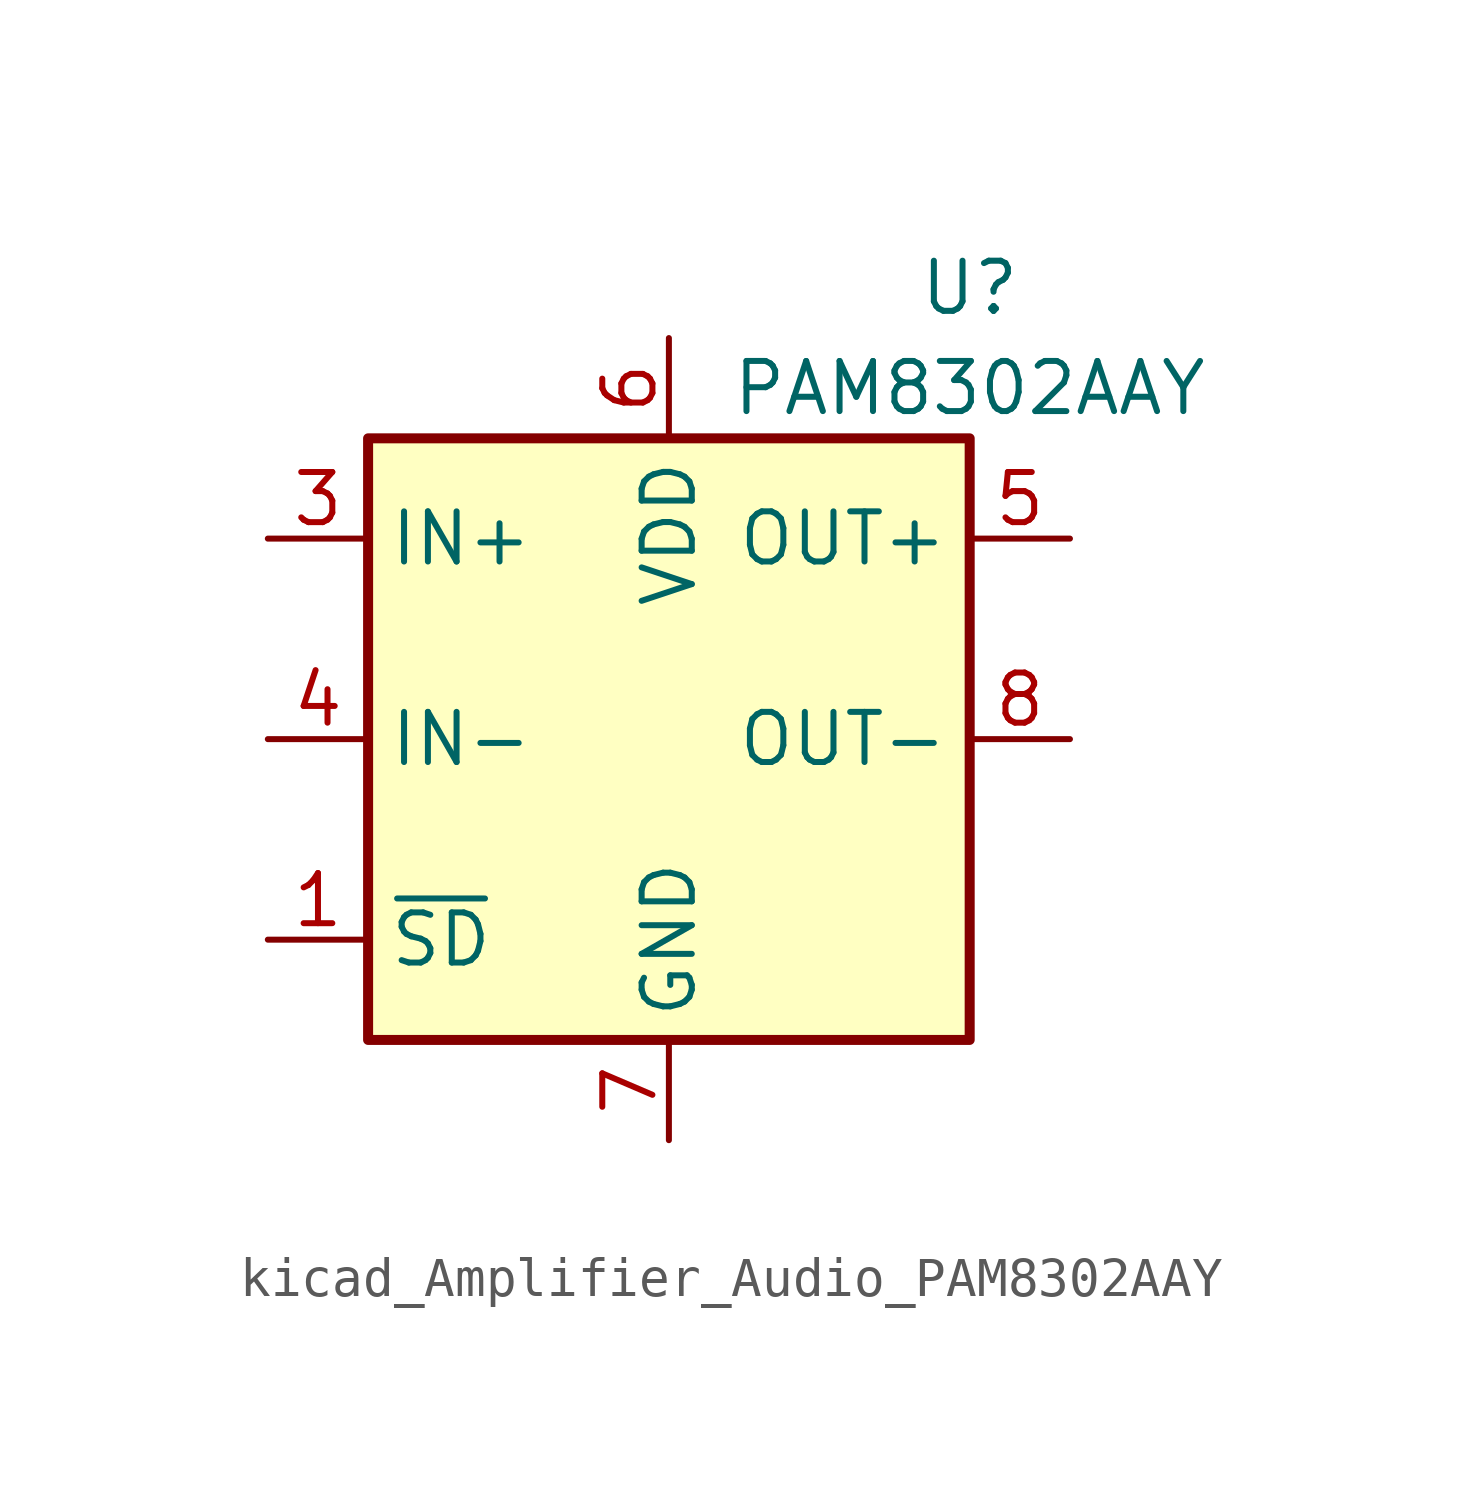
<source format=kicad_sym>
(kicad_symbol_lib
  (version 20220914)
  (generator kicad_symbol_editor)
  (symbol "kicad_Amplifier_Audio_PAM8302AAY"
    (property "Reference" "U"
      (at 7.62 11.43 0)
      (effects (font (size 1.27 1.27))))
    (property "Value" "PAM8302AAY"
      (at 7.62 8.89 0)
      (effects (font (size 1.27 1.27))))
    (symbol "kicad_Amplifier_Audio_PAM8302AAY_0_1"
      (rectangle (start -7.62 7.62) (end 7.62 -7.62) (stroke (width 0.254) (type default)) (fill (type background))))
    (symbol "kicad_Amplifier_Audio_PAM8302AAY_1_1"
      (pin input line (at -10.16 -5.08 0) (length 2.54) (name "~{SD}" (effects (font (size 1.27 1.27)))) (number "1" (effects (font (size 1.27 1.27)))))
      (pin no_connect line (at 7.62 -5.08 180) (length 2.54) hide (name "NC" (effects (font (size 1.27 1.27)))) (number "2" (effects (font (size 1.27 1.27)))))
      (pin input line (at -10.16 5.08 0) (length 2.54) (name "IN+" (effects (font (size 1.27 1.27)))) (number "3" (effects (font (size 1.27 1.27)))))
      (pin input line (at -10.16 0 0) (length 2.54) (name "IN-" (effects (font (size 1.27 1.27)))) (number "4" (effects (font (size 1.27 1.27)))))
      (pin output line (at 10.16 5.08 180) (length 2.54) (name "OUT+" (effects (font (size 1.27 1.27)))) (number "5" (effects (font (size 1.27 1.27)))))
      (pin power_in line (at 0 10.16 270) (length 2.54) (name "VDD" (effects (font (size 1.27 1.27)))) (number "6" (effects (font (size 1.27 1.27)))))
      (pin power_in line (at 0 -10.16 90) (length 2.54) (name "GND" (effects (font (size 1.27 1.27)))) (number "7" (effects (font (size 1.27 1.27)))))
      (pin output line (at 10.16 0 180) (length 2.54) (name "OUT-" (effects (font (size 1.27 1.27)))) (number "8" (effects (font (size 1.27 1.27))))))))
</source>
